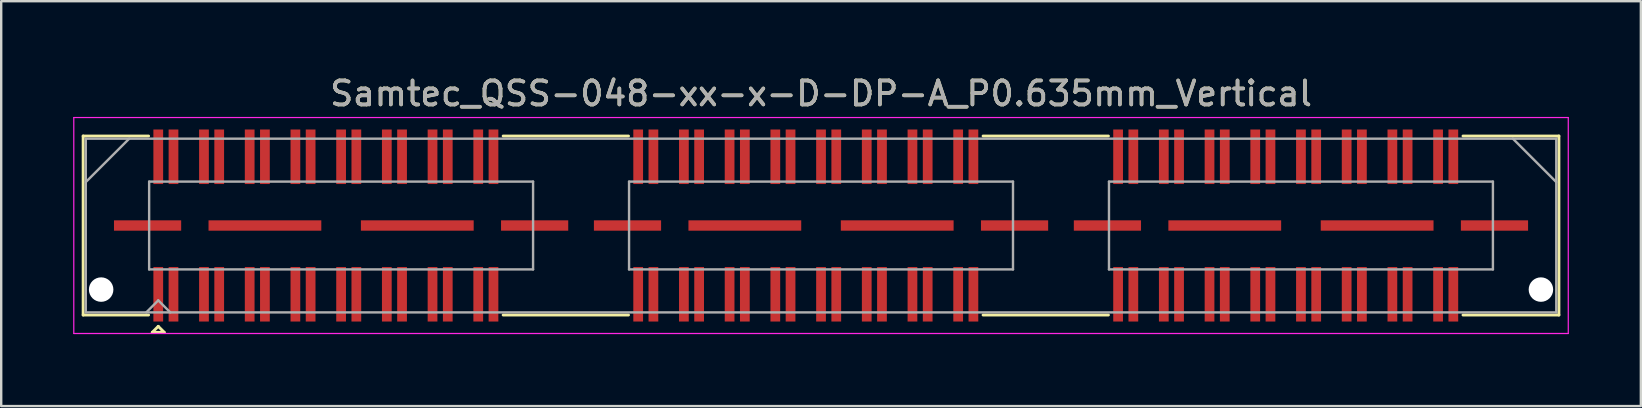
<source format=kicad_pcb>
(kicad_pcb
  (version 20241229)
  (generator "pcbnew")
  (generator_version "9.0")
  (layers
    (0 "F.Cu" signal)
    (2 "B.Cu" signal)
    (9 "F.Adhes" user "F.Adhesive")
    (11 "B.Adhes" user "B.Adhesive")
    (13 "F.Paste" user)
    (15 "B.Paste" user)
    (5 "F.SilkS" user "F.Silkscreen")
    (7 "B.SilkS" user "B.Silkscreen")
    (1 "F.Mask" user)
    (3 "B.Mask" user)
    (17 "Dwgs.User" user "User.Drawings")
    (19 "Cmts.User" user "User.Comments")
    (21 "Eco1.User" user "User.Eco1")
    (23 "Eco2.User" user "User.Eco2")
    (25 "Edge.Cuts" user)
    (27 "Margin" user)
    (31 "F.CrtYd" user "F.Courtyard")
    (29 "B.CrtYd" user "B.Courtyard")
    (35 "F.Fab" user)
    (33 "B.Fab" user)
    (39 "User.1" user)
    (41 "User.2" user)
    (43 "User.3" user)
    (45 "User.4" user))
  (footprint "Samtec_QSS-048-xx-x-D-DP-A_P0.635mm_Vertical"
    (layer "F.Cu")
    (at 31.165 6.348)
    (property "Reference" "Samtec_QSS-048-xx-x-D-DP-A_P0.635mm_Vertical" (at 0 -5.5 0) (layer "F.SilkS") (effects (font (size 1 1) (thickness 0.15))))
    (attr smd)
    (fp_line (start -30.75 -3.73) (end -28.023 -3.73) (stroke (width 0.12) (type solid)) (layer "F.SilkS"))
    (fp_line (start -30.75 3.73) (end -30.75 -3.73) (stroke (width 0.12) (type solid)) (layer "F.SilkS"))
    (fp_line (start -28.023 3.73) (end -30.75 3.73) (stroke (width 0.12) (type solid)) (layer "F.SilkS"))
    (fp_line (start -27.87 4.452) (end -27.62 4.202) (stroke (width 0.12) (type solid)) (layer "F.SilkS"))
    (fp_line (start -27.62 4.202) (end -27.37 4.452) (stroke (width 0.12) (type solid)) (layer "F.SilkS"))
    (fp_line (start -27.37 4.452) (end -27.87 4.452) (stroke (width 0.12) (type solid)) (layer "F.SilkS"))
    (fp_line (start -13.247 -3.73) (end -8.023 -3.73) (stroke (width 0.12) (type solid)) (layer "F.SilkS"))
    (fp_line (start -13.247 3.73) (end -8.023 3.73) (stroke (width 0.12) (type solid)) (layer "F.SilkS"))
    (fp_line (start 6.753 -3.73) (end 11.977 -3.73) (stroke (width 0.12) (type solid)) (layer "F.SilkS"))
    (fp_line (start 6.753 3.73) (end 11.977 3.73) (stroke (width 0.12) (type solid)) (layer "F.SilkS"))
    (fp_line (start 26.753 3.73) (end 30.75 3.73) (stroke (width 0.12) (type solid)) (layer "F.SilkS"))
    (fp_line (start 30.75 -3.73) (end 26.753 -3.73) (stroke (width 0.12) (type solid)) (layer "F.SilkS"))
    (fp_line (start 30.75 3.73) (end 30.75 -3.73) (stroke (width 0.12) (type solid)) (layer "F.SilkS"))
    (fp_line (start -31.14 -4.5) (end -31.14 4.5) (stroke (width 0.05) (type solid)) (layer "F.CrtYd"))
    (fp_line (start -31.14 4.5) (end 31.14 4.5) (stroke (width 0.05) (type solid)) (layer "F.CrtYd"))
    (fp_line (start 31.14 -4.5) (end -31.14 -4.5) (stroke (width 0.05) (type solid)) (layer "F.CrtYd"))
    (fp_line (start 31.14 4.5) (end 31.14 -4.5) (stroke (width 0.05) (type solid)) (layer "F.CrtYd"))
    (fp_line (start -30.64 -3.62) (end -30.64 3.62) (stroke (width 0.1) (type solid)) (layer "F.Fab"))
    (fp_line (start -30.64 -1.81) (end -28.83 -3.62) (stroke (width 0.1) (type solid)) (layer "F.Fab"))
    (fp_line (start -30.64 3.62) (end 30.64 3.62) (stroke (width 0.1) (type solid)) (layer "F.Fab"))
    (fp_line (start -28.12 3.62) (end -27.62 3.12) (stroke (width 0.1) (type solid)) (layer "F.Fab"))
    (fp_line (start -28 -1.83) (end -28 1.83) (stroke (width 0.1) (type solid)) (layer "F.Fab"))
    (fp_line (start -28 1.83) (end -12 1.83) (stroke (width 0.1) (type solid)) (layer "F.Fab"))
    (fp_line (start -27.62 3.12) (end -27.12 3.62) (stroke (width 0.1) (type solid)) (layer "F.Fab"))
    (fp_line (start -12 -1.83) (end -28 -1.83) (stroke (width 0.1) (type solid)) (layer "F.Fab"))
    (fp_line (start -12 1.83) (end -12 -1.83) (stroke (width 0.1) (type solid)) (layer "F.Fab"))
    (fp_line (start -8 -1.83) (end -8 1.83) (stroke (width 0.1) (type solid)) (layer "F.Fab"))
    (fp_line (start -8 1.83) (end 8 1.83) (stroke (width 0.1) (type solid)) (layer "F.Fab"))
    (fp_line (start 8 -1.83) (end -8 -1.83) (stroke (width 0.1) (type solid)) (layer "F.Fab"))
    (fp_line (start 8 1.83) (end 8 -1.83) (stroke (width 0.1) (type solid)) (layer "F.Fab"))
    (fp_line (start 12 -1.83) (end 12 1.83) (stroke (width 0.1) (type solid)) (layer "F.Fab"))
    (fp_line (start 12 1.83) (end 28 1.83) (stroke (width 0.1) (type solid)) (layer "F.Fab"))
    (fp_line (start 28 -1.83) (end 12 -1.83) (stroke (width 0.1) (type solid)) (layer "F.Fab"))
    (fp_line (start 28 1.83) (end 28 -1.83) (stroke (width 0.1) (type solid)) (layer "F.Fab"))
    (fp_line (start 30.64 -3.62) (end -30.64 -3.62) (stroke (width 0.1) (type solid)) (layer "F.Fab"))
    (fp_line (start 30.64 -1.81) (end 28.83 -3.62) (stroke (width 0.1) (type solid)) (layer "F.Fab"))
    (fp_line (start 30.64 3.62) (end 30.64 -3.62) (stroke (width 0.1) (type solid)) (layer "F.Fab"))
    (fp_text user "${REFERENCE}" (at 0 -5.5 0) (layer "F.Fab") (effects (font (size 1 1) (thickness 0.15))))
    (pad "" np_thru_hole circle (at -30 2.67) (size 1.02 1.02) (drill 1.02) (layers "*.Cu" "*.Mask"))
    (pad "" np_thru_hole circle (at 30 2.67) (size 1.02 1.02) (drill 1.02) (layers "*.Cu" "*.Mask"))
    (pad "1" smd rect (at -27.62 2.865) (size 0.406 2.273) (layers "F.Cu" "F.Mask" "F.Paste"))
    (pad "2" smd rect (at -27.62 -2.865) (size 0.406 2.273) (layers "F.Cu" "F.Mask" "F.Paste"))
    (pad "3" smd rect (at -26.985 2.865) (size 0.406 2.273) (layers "F.Cu" "F.Mask" "F.Paste"))
    (pad "4" smd rect (at -26.985 -2.865) (size 0.406 2.273) (layers "F.Cu" "F.Mask" "F.Paste"))
    (pad "5" smd rect (at -25.715 2.865) (size 0.406 2.273) (layers "F.Cu" "F.Mask" "F.Paste"))
    (pad "6" smd rect (at -25.715 -2.865) (size 0.406 2.273) (layers "F.Cu" "F.Mask" "F.Paste"))
    (pad "7" smd rect (at -25.08 2.865) (size 0.406 2.273) (layers "F.Cu" "F.Mask" "F.Paste"))
    (pad "8" smd rect (at -25.08 -2.865) (size 0.406 2.273) (layers "F.Cu" "F.Mask" "F.Paste"))
    (pad "9" smd rect (at -23.81 2.865) (size 0.406 2.273) (layers "F.Cu" "F.Mask" "F.Paste"))
    (pad "10" smd rect (at -23.81 -2.865) (size 0.406 2.273) (layers "F.Cu" "F.Mask" "F.Paste"))
    (pad "11" smd rect (at -23.175 2.865) (size 0.406 2.273) (layers "F.Cu" "F.Mask" "F.Paste"))
    (pad "12" smd rect (at -23.175 -2.865) (size 0.406 2.273) (layers "F.Cu" "F.Mask" "F.Paste"))
    (pad "13" smd rect (at -21.905 2.865) (size 0.406 2.273) (layers "F.Cu" "F.Mask" "F.Paste"))
    (pad "14" smd rect (at -21.905 -2.865) (size 0.406 2.273) (layers "F.Cu" "F.Mask" "F.Paste"))
    (pad "15" smd rect (at -21.27 2.865) (size 0.406 2.273) (layers "F.Cu" "F.Mask" "F.Paste"))
    (pad "16" smd rect (at -21.27 -2.865) (size 0.406 2.273) (layers "F.Cu" "F.Mask" "F.Paste"))
    (pad "17" smd rect (at -20 2.865) (size 0.406 2.273) (layers "F.Cu" "F.Mask" "F.Paste"))
    (pad "18" smd rect (at -20 -2.865) (size 0.406 2.273) (layers "F.Cu" "F.Mask" "F.Paste"))
    (pad "19" smd rect (at -19.365 2.865) (size 0.406 2.273) (layers "F.Cu" "F.Mask" "F.Paste"))
    (pad "20" smd rect (at -19.365 -2.865) (size 0.406 2.273) (layers "F.Cu" "F.Mask" "F.Paste"))
    (pad "21" smd rect (at -18.095 2.865) (size 0.406 2.273) (layers "F.Cu" "F.Mask" "F.Paste"))
    (pad "22" smd rect (at -18.095 -2.865) (size 0.406 2.273) (layers "F.Cu" "F.Mask" "F.Paste"))
    (pad "23" smd rect (at -17.46 2.865) (size 0.406 2.273) (layers "F.Cu" "F.Mask" "F.Paste"))
    (pad "24" smd rect (at -17.46 -2.865) (size 0.406 2.273) (layers "F.Cu" "F.Mask" "F.Paste"))
    (pad "25" smd rect (at -16.19 2.865) (size 0.406 2.273) (layers "F.Cu" "F.Mask" "F.Paste"))
    (pad "26" smd rect (at -16.19 -2.865) (size 0.406 2.273) (layers "F.Cu" "F.Mask" "F.Paste"))
    (pad "27" smd rect (at -15.555 2.865) (size 0.406 2.273) (layers "F.Cu" "F.Mask" "F.Paste"))
    (pad "28" smd rect (at -15.555 -2.865) (size 0.406 2.273) (layers "F.Cu" "F.Mask" "F.Paste"))
    (pad "29" smd rect (at -14.285 2.865) (size 0.406 2.273) (layers "F.Cu" "F.Mask" "F.Paste"))
    (pad "30" smd rect (at -14.285 -2.865) (size 0.406 2.273) (layers "F.Cu" "F.Mask" "F.Paste"))
    (pad "31" smd rect (at -13.65 2.865) (size 0.406 2.273) (layers "F.Cu" "F.Mask" "F.Paste"))
    (pad "32" smd rect (at -13.65 -2.865) (size 0.406 2.273) (layers "F.Cu" "F.Mask" "F.Paste"))
    (pad "33" smd rect (at -7.62 2.865) (size 0.406 2.273) (layers "F.Cu" "F.Mask" "F.Paste"))
    (pad "34" smd rect (at -7.62 -2.865) (size 0.406 2.273) (layers "F.Cu" "F.Mask" "F.Paste"))
    (pad "35" smd rect (at -6.985 2.865) (size 0.406 2.273) (layers "F.Cu" "F.Mask" "F.Paste"))
    (pad "36" smd rect (at -6.985 -2.865) (size 0.406 2.273) (layers "F.Cu" "F.Mask" "F.Paste"))
    (pad "37" smd rect (at -5.715 2.865) (size 0.406 2.273) (layers "F.Cu" "F.Mask" "F.Paste"))
    (pad "38" smd rect (at -5.715 -2.865) (size 0.406 2.273) (layers "F.Cu" "F.Mask" "F.Paste"))
    (pad "39" smd rect (at -5.08 2.865) (size 0.406 2.273) (layers "F.Cu" "F.Mask" "F.Paste"))
    (pad "40" smd rect (at -5.08 -2.865) (size 0.406 2.273) (layers "F.Cu" "F.Mask" "F.Paste"))
    (pad "41" smd rect (at -3.81 2.865) (size 0.406 2.273) (layers "F.Cu" "F.Mask" "F.Paste"))
    (pad "42" smd rect (at -3.81 -2.865) (size 0.406 2.273) (layers "F.Cu" "F.Mask" "F.Paste"))
    (pad "43" smd rect (at -3.175 2.865) (size 0.406 2.273) (layers "F.Cu" "F.Mask" "F.Paste"))
    (pad "44" smd rect (at -3.175 -2.865) (size 0.406 2.273) (layers "F.Cu" "F.Mask" "F.Paste"))
    (pad "45" smd rect (at -1.905 2.865) (size 0.406 2.273) (layers "F.Cu" "F.Mask" "F.Paste"))
    (pad "46" smd rect (at -1.905 -2.865) (size 0.406 2.273) (layers "F.Cu" "F.Mask" "F.Paste"))
    (pad "47" smd rect (at -1.27 2.865) (size 0.406 2.273) (layers "F.Cu" "F.Mask" "F.Paste"))
    (pad "48" smd rect (at -1.27 -2.865) (size 0.406 2.273) (layers "F.Cu" "F.Mask" "F.Paste"))
    (pad "49" smd rect (at 0 2.865) (size 0.406 2.273) (layers "F.Cu" "F.Mask" "F.Paste"))
    (pad "50" smd rect (at 0 -2.865) (size 0.406 2.273) (layers "F.Cu" "F.Mask" "F.Paste"))
    (pad "51" smd rect (at 0.635 2.865) (size 0.406 2.273) (layers "F.Cu" "F.Mask" "F.Paste"))
    (pad "52" smd rect (at 0.635 -2.865) (size 0.406 2.273) (layers "F.Cu" "F.Mask" "F.Paste"))
    (pad "53" smd rect (at 1.905 2.865) (size 0.406 2.273) (layers "F.Cu" "F.Mask" "F.Paste"))
    (pad "54" smd rect (at 1.905 -2.865) (size 0.406 2.273) (layers "F.Cu" "F.Mask" "F.Paste"))
    (pad "55" smd rect (at 2.54 2.865) (size 0.406 2.273) (layers "F.Cu" "F.Mask" "F.Paste"))
    (pad "56" smd rect (at 2.54 -2.865) (size 0.406 2.273) (layers "F.Cu" "F.Mask" "F.Paste"))
    (pad "57" smd rect (at 3.81 2.865) (size 0.406 2.273) (layers "F.Cu" "F.Mask" "F.Paste"))
    (pad "58" smd rect (at 3.81 -2.865) (size 0.406 2.273) (layers "F.Cu" "F.Mask" "F.Paste"))
    (pad "59" smd rect (at 4.445 2.865) (size 0.406 2.273) (layers "F.Cu" "F.Mask" "F.Paste"))
    (pad "60" smd rect (at 4.445 -2.865) (size 0.406 2.273) (layers "F.Cu" "F.Mask" "F.Paste"))
    (pad "61" smd rect (at 5.715 2.865) (size 0.406 2.273) (layers "F.Cu" "F.Mask" "F.Paste"))
    (pad "62" smd rect (at 5.715 -2.865) (size 0.406 2.273) (layers "F.Cu" "F.Mask" "F.Paste"))
    (pad "63" smd rect (at 6.35 2.865) (size 0.406 2.273) (layers "F.Cu" "F.Mask" "F.Paste"))
    (pad "64" smd rect (at 6.35 -2.865) (size 0.406 2.273) (layers "F.Cu" "F.Mask" "F.Paste"))
    (pad "65" smd rect (at 12.38 2.865) (size 0.406 2.273) (layers "F.Cu" "F.Mask" "F.Paste"))
    (pad "66" smd rect (at 12.38 -2.865) (size 0.406 2.273) (layers "F.Cu" "F.Mask" "F.Paste"))
    (pad "67" smd rect (at 13.015 2.865) (size 0.406 2.273) (layers "F.Cu" "F.Mask" "F.Paste"))
    (pad "68" smd rect (at 13.015 -2.865) (size 0.406 2.273) (layers "F.Cu" "F.Mask" "F.Paste"))
    (pad "69" smd rect (at 14.285 2.865) (size 0.406 2.273) (layers "F.Cu" "F.Mask" "F.Paste"))
    (pad "70" smd rect (at 14.285 -2.865) (size 0.406 2.273) (layers "F.Cu" "F.Mask" "F.Paste"))
    (pad "71" smd rect (at 14.92 2.865) (size 0.406 2.273) (layers "F.Cu" "F.Mask" "F.Paste"))
    (pad "72" smd rect (at 14.92 -2.865) (size 0.406 2.273) (layers "F.Cu" "F.Mask" "F.Paste"))
    (pad "73" smd rect (at 16.19 2.865) (size 0.406 2.273) (layers "F.Cu" "F.Mask" "F.Paste"))
    (pad "74" smd rect (at 16.19 -2.865) (size 0.406 2.273) (layers "F.Cu" "F.Mask" "F.Paste"))
    (pad "75" smd rect (at 16.825 2.865) (size 0.406 2.273) (layers "F.Cu" "F.Mask" "F.Paste"))
    (pad "76" smd rect (at 16.825 -2.865) (size 0.406 2.273) (layers "F.Cu" "F.Mask" "F.Paste"))
    (pad "77" smd rect (at 18.095 2.865) (size 0.406 2.273) (layers "F.Cu" "F.Mask" "F.Paste"))
    (pad "78" smd rect (at 18.095 -2.865) (size 0.406 2.273) (layers "F.Cu" "F.Mask" "F.Paste"))
    (pad "79" smd rect (at 18.73 2.865) (size 0.406 2.273) (layers "F.Cu" "F.Mask" "F.Paste"))
    (pad "80" smd rect (at 18.73 -2.865) (size 0.406 2.273) (layers "F.Cu" "F.Mask" "F.Paste"))
    (pad "81" smd rect (at 20 2.865) (size 0.406 2.273) (layers "F.Cu" "F.Mask" "F.Paste"))
    (pad "82" smd rect (at 20 -2.865) (size 0.406 2.273) (layers "F.Cu" "F.Mask" "F.Paste"))
    (pad "83" smd rect (at 20.635 2.865) (size 0.406 2.273) (layers "F.Cu" "F.Mask" "F.Paste"))
    (pad "84" smd rect (at 20.635 -2.865) (size 0.406 2.273) (layers "F.Cu" "F.Mask" "F.Paste"))
    (pad "85" smd rect (at 21.905 2.865) (size 0.406 2.273) (layers "F.Cu" "F.Mask" "F.Paste"))
    (pad "86" smd rect (at 21.905 -2.865) (size 0.406 2.273) (layers "F.Cu" "F.Mask" "F.Paste"))
    (pad "87" smd rect (at 22.54 2.865) (size 0.406 2.273) (layers "F.Cu" "F.Mask" "F.Paste"))
    (pad "88" smd rect (at 22.54 -2.865) (size 0.406 2.273) (layers "F.Cu" "F.Mask" "F.Paste"))
    (pad "89" smd rect (at 23.81 2.865) (size 0.406 2.273) (layers "F.Cu" "F.Mask" "F.Paste"))
    (pad "90" smd rect (at 23.81 -2.865) (size 0.406 2.273) (layers "F.Cu" "F.Mask" "F.Paste"))
    (pad "91" smd rect (at 24.445 2.865) (size 0.406 2.273) (layers "F.Cu" "F.Mask" "F.Paste"))
    (pad "92" smd rect (at 24.445 -2.865) (size 0.406 2.273) (layers "F.Cu" "F.Mask" "F.Paste"))
    (pad "93" smd rect (at 25.715 2.865) (size 0.406 2.273) (layers "F.Cu" "F.Mask" "F.Paste"))
    (pad "94" smd rect (at 25.715 -2.865) (size 0.406 2.273) (layers "F.Cu" "F.Mask" "F.Paste"))
    (pad "95" smd rect (at 26.35 2.865) (size 0.406 2.273) (layers "F.Cu" "F.Mask" "F.Paste"))
    (pad "96" smd rect (at 26.35 -2.865) (size 0.406 2.273) (layers "F.Cu" "F.Mask" "F.Paste"))
    (pad "P1" smd rect (at -28.065 0) (size 2.8 0.432) (layers "F.Cu" "F.Mask" "F.Paste"))
    (pad "P1" smd rect (at -23.175 0) (size 4.7 0.432) (layers "F.Cu" "F.Mask" "F.Paste"))
    (pad "P1" smd rect (at -16.825 0) (size 4.7 0.432) (layers "F.Cu" "F.Mask" "F.Paste"))
    (pad "P1" smd rect (at -11.935 0) (size 2.8 0.432) (layers "F.Cu" "F.Mask" "F.Paste"))
    (pad "P2" smd rect (at -8.065 0) (size 2.8 0.432) (layers "F.Cu" "F.Mask" "F.Paste"))
    (pad "P2" smd rect (at -3.175 0) (size 4.7 0.432) (layers "F.Cu" "F.Mask" "F.Paste"))
    (pad "P2" smd rect (at 3.175 0) (size 4.7 0.432) (layers "F.Cu" "F.Mask" "F.Paste"))
    (pad "P2" smd rect (at 8.065 0) (size 2.8 0.432) (layers "F.Cu" "F.Mask" "F.Paste"))
    (pad "P3" smd rect (at 11.935 0) (size 2.8 0.432) (layers "F.Cu" "F.Mask" "F.Paste"))
    (pad "P3" smd rect (at 16.825 0) (size 4.7 0.432) (layers "F.Cu" "F.Mask" "F.Paste"))
    (pad "P3" smd rect (at 23.175 0) (size 4.7 0.432) (layers "F.Cu" "F.Mask" "F.Paste"))
    (pad "P3" smd rect (at 28.065 0) (size 2.8 0.432) (layers "F.Cu" "F.Mask" "F.Paste")))
  (gr_rect
    (start -3 -3)
    (end 65.33 13.873)
    (stroke (width 0.1) (type default))
    (fill no)
    (layer "Edge.Cuts")))
</source>
